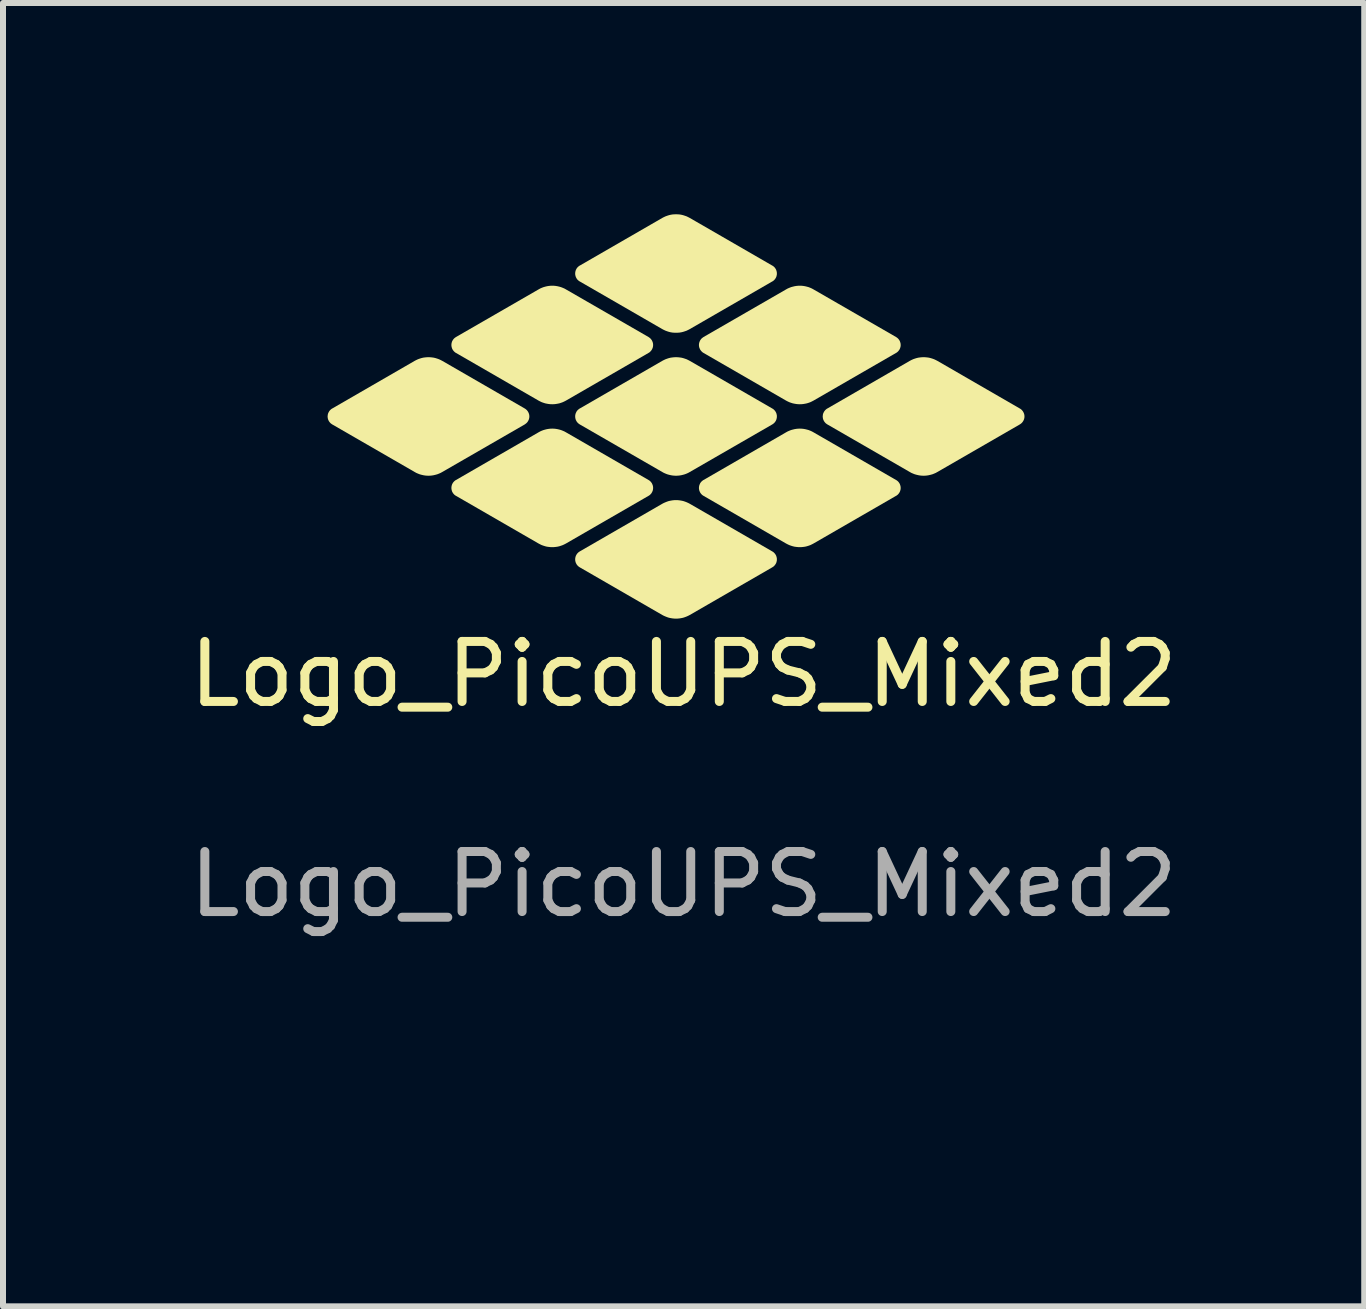
<source format=kicad_pcb>
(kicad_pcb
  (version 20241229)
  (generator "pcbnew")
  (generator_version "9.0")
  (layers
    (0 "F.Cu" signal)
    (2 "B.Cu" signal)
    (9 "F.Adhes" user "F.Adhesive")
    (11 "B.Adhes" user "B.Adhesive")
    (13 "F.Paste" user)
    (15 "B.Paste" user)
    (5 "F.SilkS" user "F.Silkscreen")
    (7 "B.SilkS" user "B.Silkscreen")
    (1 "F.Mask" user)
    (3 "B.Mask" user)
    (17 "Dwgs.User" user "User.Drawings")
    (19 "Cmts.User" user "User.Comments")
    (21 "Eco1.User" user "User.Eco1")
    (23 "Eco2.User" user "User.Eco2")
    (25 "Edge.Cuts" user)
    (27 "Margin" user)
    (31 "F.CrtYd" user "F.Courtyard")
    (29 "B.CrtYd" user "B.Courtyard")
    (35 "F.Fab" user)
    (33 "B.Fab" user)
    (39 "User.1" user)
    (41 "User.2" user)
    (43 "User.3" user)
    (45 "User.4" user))
  (footprint "Logo_PicoUPS_Mixed2"
    (layer "F.Cu")
    (at 8.339 8.182)
    (property "Reference" "Logo_PicoUPS_Mixed2" (at 0 0 0) (unlocked yes) (layer "F.SilkS") (effects (font (size 1 1) (thickness 0.15))))
    (fp_line (start -7 -3.5) (end -6.997 -3.592) (stroke (width 0.265) (type solid)) (layer "F.Mask"))
    (fp_line (start -7 2.85) (end -7 -3.5) (stroke (width 0.265) (type solid)) (layer "F.Mask"))
    (fp_line (start -6.999 2.896) (end -7 2.85) (stroke (width 0.265) (type solid)) (layer "F.Mask"))
    (fp_line (start -6.997 -3.592) (end -6.988 -3.682) (stroke (width 0.265) (type solid)) (layer "F.Mask"))
    (fp_line (start -6.997 2.942) (end -6.999 2.896) (stroke (width 0.265) (type solid)) (layer "F.Mask"))
    (fp_line (start -6.993 2.987) (end -6.997 2.942) (stroke (width 0.265) (type solid)) (layer "F.Mask"))
    (fp_line (start -6.988 -3.682) (end -6.973 -3.771) (stroke (width 0.265) (type solid)) (layer "F.Mask"))
    (fp_line (start -6.988 3.032) (end -6.993 2.987) (stroke (width 0.265) (type solid)) (layer "F.Mask"))
    (fp_line (start -6.981 3.077) (end -6.988 3.032) (stroke (width 0.265) (type solid)) (layer "F.Mask"))
    (fp_line (start -6.973 -3.771) (end -6.952 -3.859) (stroke (width 0.265) (type solid)) (layer "F.Mask"))
    (fp_line (start -6.973 3.121) (end -6.981 3.077) (stroke (width 0.265) (type solid)) (layer "F.Mask"))
    (fp_line (start -6.963 3.165) (end -6.973 3.121) (stroke (width 0.265) (type solid)) (layer "F.Mask"))
    (fp_line (start -6.952 -3.859) (end -6.926 -3.944) (stroke (width 0.265) (type solid)) (layer "F.Mask"))
    (fp_line (start -6.952 3.209) (end -6.963 3.165) (stroke (width 0.265) (type solid)) (layer "F.Mask"))
    (fp_line (start -6.94 3.252) (end -6.952 3.209) (stroke (width 0.265) (type solid)) (layer "F.Mask"))
    (fp_line (start -6.926 -3.944) (end -6.895 -4.028) (stroke (width 0.265) (type solid)) (layer "F.Mask"))
    (fp_line (start -6.926 3.294) (end -6.94 3.252) (stroke (width 0.265) (type solid)) (layer "F.Mask"))
    (fp_line (start -6.911 3.336) (end -6.926 3.294) (stroke (width 0.265) (type solid)) (layer "F.Mask"))
    (fp_line (start -6.895 -4.028) (end -6.858 -4.109) (stroke (width 0.265) (type solid)) (layer "F.Mask"))
    (fp_line (start -6.895 3.378) (end -6.911 3.336) (stroke (width 0.265) (type solid)) (layer "F.Mask"))
    (fp_line (start -6.877 3.419) (end -6.895 3.378) (stroke (width 0.265) (type solid)) (layer "F.Mask"))
    (fp_line (start -6.858 -4.109) (end -6.816 -4.187) (stroke (width 0.265) (type solid)) (layer "F.Mask"))
    (fp_line (start -6.858 3.459) (end -6.877 3.419) (stroke (width 0.265) (type solid)) (layer "F.Mask"))
    (fp_line (start -6.837 3.499) (end -6.858 3.459) (stroke (width 0.265) (type solid)) (layer "F.Mask"))
    (fp_line (start -6.816 -4.187) (end -6.769 -4.263) (stroke (width 0.265) (type solid)) (layer "F.Mask"))
    (fp_line (start -6.816 3.537) (end -6.837 3.499) (stroke (width 0.265) (type solid)) (layer "F.Mask"))
    (fp_line (start -6.793 3.576) (end -6.816 3.537) (stroke (width 0.265) (type solid)) (layer "F.Mask"))
    (fp_line (start -6.769 -4.263) (end -6.717 -4.335) (stroke (width 0.265) (type solid)) (layer "F.Mask"))
    (fp_line (start -6.769 3.613) (end -6.793 3.576) (stroke (width 0.265) (type solid)) (layer "F.Mask"))
    (fp_line (start -6.744 3.65) (end -6.769 3.613) (stroke (width 0.265) (type solid)) (layer "F.Mask"))
    (fp_line (start -6.717 -4.335) (end -6.661 -4.405) (stroke (width 0.265) (type solid)) (layer "F.Mask"))
    (fp_line (start -6.717 3.685) (end -6.744 3.65) (stroke (width 0.265) (type solid)) (layer "F.Mask"))
    (fp_line (start -6.689 3.72) (end -6.717 3.685) (stroke (width 0.265) (type solid)) (layer "F.Mask"))
    (fp_line (start -6.661 -4.405) (end -6.599 -4.47) (stroke (width 0.265) (type solid)) (layer "F.Mask"))
    (fp_line (start -6.661 3.755) (end -6.689 3.72) (stroke (width 0.265) (type solid)) (layer "F.Mask"))
    (fp_line (start -6.631 3.788) (end -6.661 3.755) (stroke (width 0.265) (type solid)) (layer "F.Mask"))
    (fp_line (start -6.599 -4.47) (end -6.534 -4.532) (stroke (width 0.265) (type solid)) (layer "F.Mask"))
    (fp_line (start -6.599 3.82) (end -6.631 3.788) (stroke (width 0.265) (type solid)) (layer "F.Mask"))
    (fp_line (start -6.567 3.851) (end -6.599 3.82) (stroke (width 0.265) (type solid)) (layer "F.Mask"))
    (fp_line (start -6.534 -4.532) (end -6.464 -4.589) (stroke (width 0.265) (type solid)) (layer "F.Mask"))
    (fp_line (start -6.534 3.882) (end -6.567 3.851) (stroke (width 0.265) (type solid)) (layer "F.Mask"))
    (fp_line (start -6.5 3.911) (end -6.534 3.882) (stroke (width 0.265) (type solid)) (layer "F.Mask"))
    (fp_line (start -6.464 -4.589) (end -6.39 -4.642) (stroke (width 0.265) (type solid)) (layer "F.Mask"))
    (fp_line (start -6.464 3.939) (end -6.5 3.911) (stroke (width 0.265) (type solid)) (layer "F.Mask"))
    (fp_line (start -6.428 3.966) (end -6.464 3.939) (stroke (width 0.265) (type solid)) (layer "F.Mask"))
    (fp_line (start -6.39 -4.642) (end -6.313 -4.691) (stroke (width 0.265) (type solid)) (layer "F.Mask"))
    (fp_line (start -6.39 3.992) (end -6.428 3.966) (stroke (width 0.265) (type solid)) (layer "F.Mask"))
    (fp_line (start -6.352 4.017) (end -6.39 3.992) (stroke (width 0.265) (type solid)) (layer "F.Mask"))
    (fp_line (start -6.313 -4.691) (end -0.813 -7.866) (stroke (width 0.265) (type solid)) (layer "F.Mask"))
    (fp_line (start -6.313 4.041) (end -6.352 4.017) (stroke (width 0.265) (type solid)) (layer "F.Mask"))
    (fp_line (start -0.813 -7.866) (end -0.732 -7.909) (stroke (width 0.265) (type solid)) (layer "F.Mask"))
    (fp_line (start -0.813 7.216) (end -6.313 4.041) (stroke (width 0.265) (type solid)) (layer "F.Mask"))
    (fp_line (start -0.732 -7.909) (end -0.65 -7.946) (stroke (width 0.265) (type solid)) (layer "F.Mask"))
    (fp_line (start -0.732 7.259) (end -0.813 7.216) (stroke (width 0.265) (type solid)) (layer "F.Mask"))
    (fp_line (start -0.65 -7.946) (end -0.565 -7.978) (stroke (width 0.265) (type solid)) (layer "F.Mask"))
    (fp_line (start -0.65 7.296) (end -0.732 7.259) (stroke (width 0.265) (type solid)) (layer "F.Mask"))
    (fp_line (start -0.565 -7.978) (end -0.479 -8.004) (stroke (width 0.265) (type solid)) (layer "F.Mask"))
    (fp_line (start -0.565 7.328) (end -0.65 7.296) (stroke (width 0.265) (type solid)) (layer "F.Mask"))
    (fp_line (start -0.479 -8.004) (end -0.392 -8.024) (stroke (width 0.265) (type solid)) (layer "F.Mask"))
    (fp_line (start -0.479 7.354) (end -0.565 7.328) (stroke (width 0.265) (type solid)) (layer "F.Mask"))
    (fp_line (start -0.392 -8.024) (end -0.304 -8.038) (stroke (width 0.265) (type solid)) (layer "F.Mask"))
    (fp_line (start -0.392 7.374) (end -0.479 7.354) (stroke (width 0.265) (type solid)) (layer "F.Mask"))
    (fp_line (start -0.304 -8.038) (end -0.215 -8.047) (stroke (width 0.265) (type solid)) (layer "F.Mask"))
    (fp_line (start -0.304 7.388) (end -0.392 7.374) (stroke (width 0.265) (type solid)) (layer "F.Mask"))
    (fp_line (start -0.215 -8.047) (end -0.126 -8.05) (stroke (width 0.265) (type solid)) (layer "F.Mask"))
    (fp_line (start -0.215 7.397) (end -0.304 7.388) (stroke (width 0.265) (type solid)) (layer "F.Mask"))
    (fp_line (start -0.126 -8.05) (end -0.037 -8.047) (stroke (width 0.265) (type solid)) (layer "F.Mask"))
    (fp_line (start -0.126 7.4) (end -0.215 7.397) (stroke (width 0.265) (type solid)) (layer "F.Mask"))
    (fp_line (start -0.037 -8.047) (end 0.052 -8.038) (stroke (width 0.265) (type solid)) (layer "F.Mask"))
    (fp_line (start -0.037 7.397) (end -0.126 7.4) (stroke (width 0.265) (type solid)) (layer "F.Mask"))
    (fp_line (start 0.052 -8.038) (end 0.14 -8.024) (stroke (width 0.265) (type solid)) (layer "F.Mask"))
    (fp_line (start 0.052 7.388) (end -0.037 7.397) (stroke (width 0.265) (type solid)) (layer "F.Mask"))
    (fp_line (start 0.14 -8.024) (end 0.227 -8.004) (stroke (width 0.265) (type solid)) (layer "F.Mask"))
    (fp_line (start 0.14 7.374) (end 0.052 7.388) (stroke (width 0.265) (type solid)) (layer "F.Mask"))
    (fp_line (start 0.227 -8.004) (end 0.313 -7.978) (stroke (width 0.265) (type solid)) (layer "F.Mask"))
    (fp_line (start 0.227 7.354) (end 0.14 7.374) (stroke (width 0.265) (type solid)) (layer "F.Mask"))
    (fp_line (start 0.313 -7.978) (end 0.398 -7.946) (stroke (width 0.265) (type solid)) (layer "F.Mask"))
    (fp_line (start 0.313 7.328) (end 0.227 7.354) (stroke (width 0.265) (type solid)) (layer "F.Mask"))
    (fp_line (start 0.398 -7.946) (end 0.481 -7.909) (stroke (width 0.265) (type solid)) (layer "F.Mask"))
    (fp_line (start 0.398 7.296) (end 0.313 7.328) (stroke (width 0.265) (type solid)) (layer "F.Mask"))
    (fp_line (start 0.481 -7.909) (end 0.561 -7.866) (stroke (width 0.265) (type solid)) (layer "F.Mask"))
    (fp_line (start 0.481 7.259) (end 0.398 7.296) (stroke (width 0.265) (type solid)) (layer "F.Mask"))
    (fp_line (start 0.561 -7.866) (end 6.061 -4.691) (stroke (width 0.265) (type solid)) (layer "F.Mask"))
    (fp_line (start 0.561 7.216) (end 0.481 7.259) (stroke (width 0.265) (type solid)) (layer "F.Mask"))
    (fp_line (start 6.061 -4.691) (end 6.1 -4.667) (stroke (width 0.265) (type solid)) (layer "F.Mask"))
    (fp_line (start 6.061 4.041) (end 0.561 7.216) (stroke (width 0.265) (type solid)) (layer "F.Mask"))
    (fp_line (start 6.1 -4.667) (end 6.139 -4.642) (stroke (width 0.265) (type solid)) (layer "F.Mask"))
    (fp_line (start 6.139 -4.642) (end 6.176 -4.616) (stroke (width 0.265) (type solid)) (layer "F.Mask"))
    (fp_line (start 6.139 3.992) (end 6.061 4.041) (stroke (width 0.265) (type solid)) (layer "F.Mask"))
    (fp_line (start 6.176 -4.616) (end 6.212 -4.589) (stroke (width 0.265) (type solid)) (layer "F.Mask"))
    (fp_line (start 6.212 -4.589) (end 6.248 -4.561) (stroke (width 0.265) (type solid)) (layer "F.Mask"))
    (fp_line (start 6.212 3.939) (end 6.139 3.992) (stroke (width 0.265) (type solid)) (layer "F.Mask"))
    (fp_line (start 6.248 -4.561) (end 6.282 -4.532) (stroke (width 0.265) (type solid)) (layer "F.Mask"))
    (fp_line (start 6.282 -4.532) (end 6.315 -4.501) (stroke (width 0.265) (type solid)) (layer "F.Mask"))
    (fp_line (start 6.282 3.882) (end 6.212 3.939) (stroke (width 0.265) (type solid)) (layer "F.Mask"))
    (fp_line (start 6.315 -4.501) (end 6.348 -4.47) (stroke (width 0.265) (type solid)) (layer "F.Mask"))
    (fp_line (start 6.348 -4.47) (end 6.379 -4.438) (stroke (width 0.265) (type solid)) (layer "F.Mask"))
    (fp_line (start 6.348 3.82) (end 6.282 3.882) (stroke (width 0.265) (type solid)) (layer "F.Mask"))
    (fp_line (start 6.379 -4.438) (end 6.409 -4.405) (stroke (width 0.265) (type solid)) (layer "F.Mask"))
    (fp_line (start 6.409 -4.405) (end 6.437 -4.37) (stroke (width 0.265) (type solid)) (layer "F.Mask"))
    (fp_line (start 6.409 3.755) (end 6.348 3.82) (stroke (width 0.265) (type solid)) (layer "F.Mask"))
    (fp_line (start 6.437 -4.37) (end 6.465 -4.335) (stroke (width 0.265) (type solid)) (layer "F.Mask"))
    (fp_line (start 6.465 -4.335) (end 6.492 -4.3) (stroke (width 0.265) (type solid)) (layer "F.Mask"))
    (fp_line (start 6.465 3.685) (end 6.409 3.755) (stroke (width 0.265) (type solid)) (layer "F.Mask"))
    (fp_line (start 6.492 -4.3) (end 6.517 -4.263) (stroke (width 0.265) (type solid)) (layer "F.Mask"))
    (fp_line (start 6.517 -4.263) (end 6.541 -4.226) (stroke (width 0.265) (type solid)) (layer "F.Mask"))
    (fp_line (start 6.517 3.613) (end 6.465 3.685) (stroke (width 0.265) (type solid)) (layer "F.Mask"))
    (fp_line (start 6.541 -4.226) (end 6.564 -4.187) (stroke (width 0.265) (type solid)) (layer "F.Mask"))
    (fp_line (start 6.564 -4.187) (end 6.586 -4.149) (stroke (width 0.265) (type solid)) (layer "F.Mask"))
    (fp_line (start 6.564 3.537) (end 6.517 3.613) (stroke (width 0.265) (type solid)) (layer "F.Mask"))
    (fp_line (start 6.586 -4.149) (end 6.606 -4.109) (stroke (width 0.265) (type solid)) (layer "F.Mask"))
    (fp_line (start 6.606 -4.109) (end 6.625 -4.069) (stroke (width 0.265) (type solid)) (layer "F.Mask"))
    (fp_line (start 6.606 3.459) (end 6.564 3.537) (stroke (width 0.265) (type solid)) (layer "F.Mask"))
    (fp_line (start 6.625 -4.069) (end 6.643 -4.028) (stroke (width 0.265) (type solid)) (layer "F.Mask"))
    (fp_line (start 6.643 -4.028) (end 6.659 -3.986) (stroke (width 0.265) (type solid)) (layer "F.Mask"))
    (fp_line (start 6.643 3.378) (end 6.606 3.459) (stroke (width 0.265) (type solid)) (layer "F.Mask"))
    (fp_line (start 6.659 -3.986) (end 6.674 -3.944) (stroke (width 0.265) (type solid)) (layer "F.Mask"))
    (fp_line (start 6.674 -3.944) (end 6.688 -3.902) (stroke (width 0.265) (type solid)) (layer "F.Mask"))
    (fp_line (start 6.674 3.294) (end 6.643 3.378) (stroke (width 0.265) (type solid)) (layer "F.Mask"))
    (fp_line (start 6.688 -3.902) (end 6.701 -3.859) (stroke (width 0.265) (type solid)) (layer "F.Mask"))
    (fp_line (start 6.701 -3.859) (end 6.712 -3.815) (stroke (width 0.265) (type solid)) (layer "F.Mask"))
    (fp_line (start 6.701 3.209) (end 6.674 3.294) (stroke (width 0.265) (type solid)) (layer "F.Mask"))
    (fp_line (start 6.712 -3.815) (end 6.721 -3.771) (stroke (width 0.265) (type solid)) (layer "F.Mask"))
    (fp_line (start 6.721 -3.771) (end 6.729 -3.727) (stroke (width 0.265) (type solid)) (layer "F.Mask"))
    (fp_line (start 6.721 3.121) (end 6.701 3.209) (stroke (width 0.265) (type solid)) (layer "F.Mask"))
    (fp_line (start 6.729 -3.727) (end 6.736 -3.682) (stroke (width 0.265) (type solid)) (layer "F.Mask"))
    (fp_line (start 6.736 -3.682) (end 6.741 -3.637) (stroke (width 0.265) (type solid)) (layer "F.Mask"))
    (fp_line (start 6.736 3.032) (end 6.721 3.121) (stroke (width 0.265) (type solid)) (layer "F.Mask"))
    (fp_line (start 6.741 -3.637) (end 6.745 -3.592) (stroke (width 0.265) (type solid)) (layer "F.Mask"))
    (fp_line (start 6.745 -3.592) (end 6.747 -3.546) (stroke (width 0.265) (type solid)) (layer "F.Mask"))
    (fp_line (start 6.745 2.942) (end 6.736 3.032) (stroke (width 0.265) (type solid)) (layer "F.Mask"))
    (fp_line (start 6.747 -3.546) (end 6.748 -3.5) (stroke (width 0.265) (type solid)) (layer "F.Mask"))
    (fp_line (start 6.748 -3.5) (end 6.748 2.85) (stroke (width 0.265) (type solid)) (layer "F.Mask"))
    (fp_line (start 6.748 2.85) (end 6.745 2.942) (stroke (width 0.265) (type solid)) (layer "F.Mask"))
    (fp_poly (pts (xy -5.157 1.792) (xy -5.15 1.797) (xy -5.142 1.802) (xy -5.135 1.807) (xy -5.127 1.813) (xy -5.12 1.819) (xy -5.112 1.825) (xy -5.105 1.832) (xy -5.097 1.839) (xy -5.09 1.847) (xy -5.083 1.855) (xy -5.075 1.863) (xy -5.068 1.872) (xy -5.061 1.881) (xy -5.054 1.891) (xy -5.046 1.901) (xy -5.039 1.911) (xy -5.025 1.932) (xy -5.012 1.953) (xy -4.999 1.974) (xy -4.987 1.997) (xy -4.975 2.02) (xy -4.964 2.044) (xy -4.954 2.068) (xy -4.944 2.093) (xy -4.94 2.106) (xy -4.935 2.118) (xy -4.931 2.131) (xy -4.928 2.143) (xy -4.924 2.155) (xy -4.921 2.168) (xy -4.918 2.18) (xy -4.916 2.192) (xy -4.913 2.204) (xy -4.911 2.216) (xy -4.91 2.228) (xy -4.908 2.24) (xy -4.907 2.251) (xy -4.907 2.263) (xy -4.906 2.275) (xy -4.906 2.286) (xy -4.906 2.297) (xy -4.907 2.308) (xy -4.907 2.319) (xy -4.908 2.329) (xy -4.91 2.339) (xy -4.911 2.349) (xy -4.913 2.359) (xy -4.916 2.368) (xy -4.918 2.377) (xy -4.921 2.386) (xy -4.924 2.395) (xy -4.928 2.404) (xy -4.931 2.412) (xy -4.935 2.42) (xy -4.94 2.428) (xy -4.944 2.436) (xy -4.949 2.443) (xy -4.954 2.449) (xy -4.959 2.456) (xy -4.964 2.462) (xy -4.97 2.468) (xy -4.975 2.473) (xy -4.981 2.478) (xy -4.987 2.483) (xy -4.993 2.488) (xy -4.999 2.492) (xy -5.005 2.496) (xy -5.012 2.5) (xy -5.019 2.503) (xy -5.025 2.506) (xy -5.032 2.509) (xy -5.039 2.511) (xy -5.046 2.513) (xy -5.054 2.515) (xy -5.061 2.516) (xy -5.068 2.517) (xy -5.075 2.517) (xy -5.083 2.517) (xy -5.09 2.516) (xy -5.097 2.516) (xy -5.105 2.514) (xy -5.112 2.513) (xy -5.12 2.511) (xy -5.127 2.508) (xy -5.135 2.505) (xy -5.142 2.502) (xy -5.15 2.498) (xy -5.157 2.494) (xy -5.71 2.175) (xy -5.71 1.473)) (stroke (width 0) (type solid)) (fill yes) (layer "F.Mask"))
    (fp_poly (pts (xy -6.06 -3.164) (xy -6.036 -3.162) (xy -6.024 -3.161) (xy -6.012 -3.159) (xy -6 -3.157) (xy -5.988 -3.155) (xy -5.976 -3.152) (xy -5.965 -3.149) (xy -5.953 -3.146) (xy -5.942 -3.142) (xy -5.931 -3.138) (xy -5.919 -3.134) (xy -5.908 -3.13) (xy -5.897 -3.125) (xy -5.886 -3.12) (xy -5.875 -3.115) (xy -5.865 -3.109) (xy -5.854 -3.103) (xy -1.272 -0.457) (xy -1.194 -0.409) (xy -1.12 -0.356) (xy -1.05 -0.298) (xy -0.985 -0.237) (xy -0.924 -0.171) (xy -0.867 -0.102) (xy -0.815 -0.03) (xy -0.768 0.046) (xy -0.726 0.124) (xy -0.69 0.205) (xy -0.658 0.289) (xy -0.632 0.375) (xy -0.611 0.462) (xy -0.596 0.551) (xy -0.587 0.642) (xy -0.584 0.733) (xy -0.584 6.025) (xy -0.585 6.04) (xy -0.585 6.056) (xy -0.587 6.071) (xy -0.588 6.086) (xy -0.591 6.101) (xy -0.593 6.115) (xy -0.596 6.13) (xy -0.6 6.145) (xy -0.604 6.159) (xy -0.609 6.173) (xy -0.614 6.187) (xy -0.619 6.201) (xy -0.625 6.215) (xy -0.632 6.228) (xy -0.638 6.241) (xy -0.646 6.254) (xy -0.653 6.267) (xy -0.661 6.279) (xy -0.67 6.291) (xy -0.679 6.303) (xy -0.688 6.315) (xy -0.697 6.326) (xy -0.707 6.338) (xy -0.718 6.348) (xy -0.729 6.359) (xy -0.74 6.369) (xy -0.751 6.379) (xy -0.763 6.388) (xy -0.775 6.397) (xy -0.787 6.406) (xy -0.8 6.414) (xy -0.813 6.422) (xy -0.84 6.436) (xy -0.868 6.449) (xy -0.896 6.459) (xy -0.925 6.468) (xy -0.954 6.475) (xy -0.983 6.479) (xy -1.013 6.482) (xy -1.042 6.483) (xy -1.072 6.482) (xy -1.102 6.479) (xy -1.131 6.475) (xy -1.16 6.468) (xy -1.189 6.459) (xy -1.217 6.449) (xy -1.245 6.436) (xy -1.272 6.422) (xy -5.466 4) (xy -4.214 4) (xy -4.214 4.011) (xy -4.213 4.021) (xy -4.212 4.031) (xy -4.211 4.042) (xy -4.209 4.053) (xy -4.206 4.063) (xy -4.204 4.074) (xy -4.2 4.084) (xy -4.197 4.095) (xy -4.193 4.106) (xy -4.188 4.117) (xy -4.183 4.128) (xy -4.178 4.138) (xy -4.172 4.149) (xy -4.166 4.16) (xy -4.16 4.171) (xy -4.153 4.182) (xy -4.146 4.192) (xy -4.139 4.202) (xy -4.131 4.212) (xy -4.123 4.221) (xy -4.115 4.23) (xy -4.107 4.239) (xy -4.099 4.247) (xy -4.09 4.255) (xy -4.081 4.263) (xy -4.072 4.271) (xy -4.063 4.278) (xy -4.053 4.285) (xy -4.044 4.292) (xy -4.034 4.298) (xy -4.023 4.304) (xy -4.013 4.31) (xy -4.003 4.315) (xy -3.993 4.32) (xy -3.984 4.324) (xy -3.975 4.327) (xy -3.965 4.33) (xy -3.957 4.332) (xy -3.948 4.334) (xy -3.94 4.335) (xy -3.931 4.336) (xy -3.923 4.336) (xy -3.916 4.336) (xy -3.908 4.335) (xy -3.901 4.334) (xy -3.894 4.332) (xy -3.887 4.329) (xy -3.88 4.326) (xy -3.874 4.322) (xy -3.869 4.317) (xy -3.863 4.312) (xy -3.858 4.307) (xy -3.854 4.302) (xy -3.85 4.295) (xy -3.846 4.289) (xy -3.843 4.282) (xy -3.84 4.274) (xy -3.838 4.267) (xy -3.836 4.258) (xy -3.835 4.249) (xy -3.834 4.24) (xy -3.833 4.231) (xy -3.833 4.22) (xy -3.833 2.909) (xy -3.833 2.899) (xy -3.834 2.888) (xy -3.835 2.878) (xy -3.836 2.868) (xy -3.838 2.857) (xy -3.84 2.847) (xy -3.843 2.836) (xy -3.846 2.826) (xy -3.85 2.815) (xy -3.854 2.805) (xy -3.858 2.794) (xy -3.863 2.784) (xy -3.869 2.773) (xy -3.874 2.763) (xy -3.88 2.752) (xy -3.887 2.741) (xy -3.894 2.731) (xy -3.901 2.72) (xy -3.908 2.71) (xy -3.916 2.7) (xy -3.923 2.69) (xy -3.931 2.681) (xy -3.94 2.672) (xy -3.948 2.663) (xy -3.957 2.655) (xy -3.965 2.647) (xy -3.975 2.639) (xy -3.984 2.632) (xy -3.993 2.625) (xy -4.003 2.618) (xy -4.013 2.612) (xy -4.023 2.606) (xy -4.034 2.6) (xy -4.039 2.597) (xy -4.044 2.595) (xy -4.048 2.592) (xy -4.053 2.59) (xy -4.058 2.588) (xy -4.063 2.586) (xy -4.068 2.584) (xy -4.072 2.583) (xy -4.077 2.581) (xy -4.081 2.58) (xy -4.086 2.579) (xy -4.09 2.578) (xy -4.095 2.577) (xy -4.099 2.576) (xy -4.103 2.576) (xy -4.107 2.575) (xy -4.111 2.575) (xy -4.115 2.575) (xy -4.119 2.575) (xy -4.123 2.575) (xy -4.127 2.575) (xy -4.131 2.575) (xy -4.135 2.576) (xy -4.139 2.577) (xy -4.142 2.578) (xy -4.146 2.578) (xy -4.149 2.58) (xy -4.153 2.581) (xy -4.156 2.582) (xy -4.16 2.584) (xy -4.166 2.587) (xy -4.172 2.59) (xy -4.178 2.594) (xy -4.183 2.599) (xy -4.188 2.604) (xy -4.193 2.609) (xy -4.197 2.615) (xy -4.2 2.621) (xy -4.204 2.628) (xy -4.206 2.635) (xy -4.209 2.643) (xy -4.211 2.651) (xy -4.212 2.66) (xy -4.213 2.669) (xy -4.214 2.679) (xy -4.214 2.689) (xy -4.214 4) (xy -5.466 4) (xy -5.854 3.776) (xy -5.932 3.728) (xy -6.006 3.675) (xy -6.076 3.617) (xy -6.141 3.555) (xy -6.202 3.49) (xy -6.259 3.421) (xy -6.31 3.348) (xy -6.357 3.273) (xy -6.399 3.194) (xy -6.436 3.113) (xy -6.468 3.03) (xy -6.494 2.944) (xy -6.498 2.926) (xy -6.074 2.926) (xy -6.074 2.936) (xy -6.074 2.947) (xy -6.073 2.957) (xy -6.071 2.967) (xy -6.069 2.978) (xy -6.067 2.988) (xy -6.065 2.999) (xy -6.062 3.009) (xy -6.058 3.02) (xy -6.055 3.031) (xy -6.051 3.041) (xy -6.046 3.052) (xy -6.041 3.063) (xy -6.036 3.073) (xy -6.03 3.084) (xy -6.024 3.095) (xy -6.017 3.105) (xy -6.011 3.115) (xy -6.004 3.125) (xy -5.997 3.134) (xy -5.989 3.143) (xy -5.982 3.152) (xy -5.974 3.161) (xy -5.966 3.169) (xy -5.958 3.177) (xy -5.949 3.184) (xy -5.94 3.192) (xy -5.931 3.199) (xy -5.922 3.206) (xy -5.913 3.212) (xy -5.903 3.218) (xy -5.894 3.224) (xy -5.883 3.23) (xy -5.873 3.235) (xy -5.864 3.239) (xy -5.854 3.243) (xy -5.845 3.247) (xy -5.836 3.25) (xy -5.827 3.252) (xy -5.819 3.254) (xy -5.811 3.255) (xy -5.803 3.256) (xy -5.795 3.256) (xy -5.788 3.255) (xy -5.78 3.254) (xy -5.773 3.252) (xy -5.767 3.25) (xy -5.76 3.247) (xy -5.754 3.244) (xy -5.748 3.24) (xy -5.743 3.235) (xy -5.738 3.23) (xy -5.733 3.225) (xy -5.729 3.219) (xy -5.726 3.212) (xy -5.722 3.206) (xy -5.719 3.199) (xy -5.717 3.191) (xy -5.714 3.183) (xy -5.713 3.175) (xy -5.711 3.166) (xy -5.71 3.157) (xy -5.71 3.147) (xy -5.71 3.137) (xy -5.71 2.537) (xy -5.157 2.856) (xy -5.137 2.867) (xy -5.116 2.878) (xy -5.096 2.888) (xy -5.076 2.897) (xy -5.056 2.905) (xy -5.036 2.912) (xy -5.017 2.918) (xy -4.998 2.924) (xy -4.978 2.929) (xy -4.959 2.933) (xy -4.941 2.936) (xy -4.922 2.938) (xy -4.904 2.939) (xy -4.885 2.94) (xy -4.867 2.94) (xy -4.849 2.938) (xy -4.831 2.936) (xy -4.814 2.933) (xy -4.796 2.93) (xy -4.78 2.925) (xy -4.763 2.92) (xy -4.748 2.914) (xy -4.732 2.908) (xy -4.717 2.9) (xy -4.703 2.892) (xy -4.689 2.883) (xy -4.675 2.873) (xy -4.662 2.863) (xy -4.649 2.852) (xy -4.637 2.84) (xy -4.625 2.827) (xy -4.614 2.814) (xy -4.603 2.8) (xy -4.593 2.785) (xy -4.584 2.769) (xy -4.575 2.753) (xy -4.567 2.736) (xy -4.56 2.719) (xy -4.553 2.701) (xy -4.547 2.682) (xy -4.542 2.662) (xy -4.538 2.642) (xy -4.534 2.621) (xy -4.531 2.599) (xy -4.528 2.577) (xy -4.527 2.554) (xy -4.525 2.531) (xy -4.525 2.506) (xy -4.525 2.481) (xy -4.527 2.456) (xy -4.528 2.431) (xy -4.531 2.405) (xy -4.534 2.38) (xy -4.538 2.354) (xy -4.542 2.329) (xy -4.547 2.303) (xy -4.553 2.277) (xy -4.56 2.251) (xy -4.567 2.225) (xy -4.575 2.199) (xy -4.584 2.172) (xy -4.593 2.146) (xy -4.601 2.124) (xy -4.223 2.124) (xy -4.223 2.135) (xy -4.223 2.146) (xy -4.222 2.157) (xy -4.221 2.167) (xy -4.219 2.177) (xy -4.217 2.187) (xy -4.215 2.197) (xy -4.212 2.206) (xy -4.209 2.216) (xy -4.206 2.225) (xy -4.202 2.234) (xy -4.198 2.242) (xy -4.194 2.251) (xy -4.189 2.259) (xy -4.184 2.267) (xy -4.179 2.274) (xy -4.173 2.282) (xy -4.167 2.29) (xy -4.16 2.297) (xy -4.153 2.305) (xy -4.145 2.312) (xy -4.137 2.32) (xy -4.128 2.328) (xy -4.119 2.335) (xy -4.109 2.343) (xy -4.099 2.351) (xy -4.088 2.359) (xy -4.076 2.366) (xy -4.065 2.374) (xy -4.052 2.382) (xy -4.026 2.397) (xy -4.013 2.405) (xy -4 2.412) (xy -3.988 2.418) (xy -3.976 2.424) (xy -3.965 2.43) (xy -3.954 2.435) (xy -3.944 2.439) (xy -3.934 2.443) (xy -3.924 2.446) (xy -3.915 2.449) (xy -3.907 2.451) (xy -3.898 2.453) (xy -3.891 2.454) (xy -3.884 2.455) (xy -3.877 2.455) (xy -3.871 2.455) (xy -3.865 2.454) (xy -3.86 2.452) (xy -3.857 2.451) (xy -3.855 2.449) (xy -3.85 2.446) (xy -3.846 2.442) (xy -3.842 2.438) (xy -3.838 2.432) (xy -3.835 2.426) (xy -3.832 2.42) (xy -3.83 2.413) (xy -3.828 2.405) (xy -3.826 2.396) (xy -3.825 2.387) (xy -3.824 2.377) (xy -3.824 2.367) (xy -3.823 2.355) (xy -3.823 2.296) (xy -3.824 2.285) (xy -3.824 2.274) (xy -3.825 2.263) (xy -3.826 2.253) (xy -3.828 2.243) (xy -3.83 2.233) (xy -3.832 2.223) (xy -3.834 2.214) (xy -3.837 2.204) (xy -3.841 2.195) (xy -3.844 2.186) (xy -3.848 2.178) (xy -3.853 2.169) (xy -3.857 2.161) (xy -3.862 2.153) (xy -3.868 2.146) (xy -3.874 2.138) (xy -3.88 2.13) (xy -3.887 2.123) (xy -3.894 2.115) (xy -3.902 2.107) (xy -3.911 2.1) (xy -3.919 2.092) (xy -3.929 2.084) (xy -3.939 2.076) (xy -3.949 2.069) (xy -3.96 2.061) (xy -3.972 2.053) (xy -3.984 2.045) (xy -3.997 2.037) (xy -4.023 2.021) (xy -4.036 2.014) (xy -4.048 2.007) (xy -4.06 2.001) (xy -4.071 1.996) (xy -4.082 1.991) (xy -4.092 1.986) (xy -4.103 1.982) (xy -4.112 1.978) (xy -4.122 1.975) (xy -4.131 1.973) (xy -4.139 1.971) (xy -4.147 1.969) (xy -4.155 1.968) (xy -4.162 1.967) (xy -4.169 1.967) (xy -4.176 1.968) (xy -4.182 1.969) (xy -4.184 1.969) (xy -4.187 1.97) (xy -4.19 1.971) (xy -4.192 1.973) (xy -4.194 1.974) (xy -4.197 1.976) (xy -4.199 1.977) (xy -4.201 1.979) (xy -4.205 1.984) (xy -4.208 1.989) (xy -4.211 1.994) (xy -4.214 2.001) (xy -4.217 2.008) (xy -4.219 2.015) (xy -4.22 2.024) (xy -4.222 2.033) (xy -4.223 2.043) (xy -4.223 2.053) (xy -4.223 2.065) (xy -4.223 2.124) (xy -4.601 2.124) (xy -4.603 2.12) (xy -4.614 2.093) (xy -4.625 2.066) (xy -4.637 2.04) (xy -4.649 2.014) (xy -4.662 1.988) (xy -4.675 1.963) (xy -4.689 1.938) (xy -4.703 1.913) (xy -4.717 1.888) (xy -4.732 1.864) (xy -4.748 1.84) (xy -4.763 1.816) (xy -4.78 1.792) (xy -4.796 1.769) (xy -4.814 1.746) (xy -4.831 1.723) (xy -4.849 1.7) (xy -4.867 1.678) (xy -4.885 1.657) (xy -4.904 1.636) (xy -4.922 1.616) (xy -4.941 1.597) (xy -4.959 1.578) (xy -4.978 1.56) (xy -4.998 1.543) (xy -5.017 1.526) (xy -5.036 1.51) (xy -5.056 1.495) (xy -5.076 1.48) (xy -5.096 1.466) (xy -5.116 1.452) (xy -5.137 1.439) (xy -5.157 1.427) (xy -5.881 1.009) (xy -5.891 1.004) (xy -5.896 1.001) (xy -5.901 0.998) (xy -5.906 0.996) (xy -5.911 0.994) (xy -5.916 0.992) (xy -5.92 0.99) (xy -5.925 0.988) (xy -5.93 0.986) (xy -5.935 0.985) (xy -5.939 0.983) (xy -5.944 0.982) (xy -5.948 0.981) (xy -5.953 0.98) (xy -5.957 0.979) (xy -5.961 0.979) (xy -5.966 0.978) (xy -5.97 0.978) (xy -5.974 0.977) (xy -5.978 0.977) (xy -5.982 0.977) (xy -5.986 0.978) (xy -5.99 0.978) (xy -5.994 0.978) (xy -5.998 0.979) (xy -6.002 0.98) (xy -6.006 0.981) (xy -6.01 0.982) (xy -6.013 0.983) (xy -6.017 0.984) (xy -6.021 0.986) (xy -6.027 0.989) (xy -6.033 0.992) (xy -6.039 0.996) (xy -6.044 1.001) (xy -6.049 1.006) (xy -6.053 1.011) (xy -6.057 1.017) (xy -6.061 1.023) (xy -6.064 1.03) (xy -6.067 1.037) (xy -6.069 1.045) (xy -6.071 1.053) (xy -6.073 1.062) (xy -6.074 1.071) (xy -6.074 1.081) (xy -6.074 1.091) (xy -6.074 2.926) (xy -6.498 2.926) (xy -6.515 2.857) (xy -6.529 2.768) (xy -6.539 2.677) (xy -6.542 2.585) (xy -6.542 -2.706) (xy -6.541 -2.731) (xy -6.539 -2.755) (xy -6.536 -2.778) (xy -6.531 -2.802) (xy -6.526 -2.825) (xy -6.519 -2.848) (xy -6.511 -2.871) (xy -6.502 -2.893) (xy -6.492 -2.914) (xy -6.48 -2.935) (xy -6.468 -2.955) (xy -6.454 -2.975) (xy -6.44 -2.994) (xy -6.424 -3.012) (xy -6.408 -3.03) (xy -6.39 -3.047) (xy -6.372 -3.062) (xy -6.352 -3.077) (xy -6.333 -3.091) (xy -6.312 -3.103) (xy -6.291 -3.115) (xy -6.27 -3.125) (xy -6.248 -3.134) (xy -6.225 -3.142) (xy -6.202 -3.149) (xy -6.179 -3.154) (xy -6.156 -3.159) (xy -6.132 -3.162) (xy -6.108 -3.164) (xy -6.084 -3.165)) (stroke (width 0) (type solid)) (fill yes) (layer "F.Mask"))
    (fp_poly (pts (xy -4.221 -5.28) (xy -4.191 -5.277) (xy -4.162 -5.273) (xy -4.133 -5.266) (xy -4.104 -5.257) (xy -4.076 -5.247) (xy -4.048 -5.234) (xy -4.021 -5.22) (xy -2.646 -4.426) (xy -2.642 -4.423) (xy -2.638 -4.421) (xy -2.634 -4.418) (xy -2.63 -4.415) (xy -2.626 -4.412) (xy -2.622 -4.408) (xy -2.618 -4.405) (xy -2.615 -4.402) (xy -2.611 -4.398) (xy -2.608 -4.394) (xy -2.605 -4.39) (xy -2.601 -4.387) (xy -2.599 -4.383) (xy -2.596 -4.379) (xy -2.593 -4.374) (xy -2.591 -4.37) (xy -2.588 -4.366) (xy -2.586 -4.361) (xy -2.584 -4.357) (xy -2.582 -4.352) (xy -2.58 -4.348) (xy -2.578 -4.343) (xy -2.577 -4.338) (xy -2.575 -4.334) (xy -2.574 -4.329) (xy -2.573 -4.324) (xy -2.572 -4.319) (xy -2.571 -4.314) (xy -2.571 -4.309) (xy -2.57 -4.304) (xy -2.57 -4.299) (xy -2.57 -4.294) (xy -2.57 -4.284) (xy -2.571 -4.274) (xy -2.573 -4.264) (xy -2.575 -4.254) (xy -2.578 -4.244) (xy -2.582 -4.235) (xy -2.586 -4.226) (xy -2.591 -4.217) (xy -2.596 -4.209) (xy -2.601 -4.201) (xy -2.608 -4.193) (xy -2.615 -4.186) (xy -2.622 -4.179) (xy -2.63 -4.173) (xy -2.638 -4.167) (xy -2.646 -4.161) (xy -4.021 -3.368) (xy -4.048 -3.353) (xy -4.076 -3.341) (xy -4.104 -3.33) (xy -4.133 -3.322) (xy -4.162 -3.315) (xy -4.191 -3.31) (xy -4.221 -3.307) (xy -4.25 -3.306) (xy -4.28 -3.307) (xy -4.31 -3.31) (xy -4.339 -3.315) (xy -4.368 -3.322) (xy -4.397 -3.33) (xy -4.425 -3.341) (xy -4.453 -3.353) (xy -4.48 -3.368) (xy -5.854 -4.161) (xy -5.859 -4.164) (xy -5.863 -4.167) (xy -5.867 -4.17) (xy -5.871 -4.173) (xy -5.875 -4.176) (xy -5.879 -4.179) (xy -5.883 -4.182) (xy -5.886 -4.186) (xy -5.89 -4.19) (xy -5.893 -4.193) (xy -5.896 -4.197) (xy -5.899 -4.201) (xy -5.902 -4.205) (xy -5.905 -4.209) (xy -5.908 -4.213) (xy -5.91 -4.217) (xy -5.913 -4.222) (xy -5.915 -4.226) (xy -5.917 -4.231) (xy -5.919 -4.235) (xy -5.921 -4.24) (xy -5.923 -4.244) (xy -5.924 -4.249) (xy -5.925 -4.254) (xy -5.927 -4.259) (xy -5.928 -4.264) (xy -5.929 -4.269) (xy -5.929 -4.274) (xy -5.93 -4.279) (xy -5.93 -4.284) (xy -5.931 -4.289) (xy -5.931 -4.294) (xy -5.93 -4.304) (xy -5.929 -4.314) (xy -5.928 -4.324) (xy -5.925 -4.334) (xy -5.923 -4.343) (xy -5.919 -4.352) (xy -5.915 -4.361) (xy -5.91 -4.37) (xy -5.905 -4.379) (xy -5.899 -4.387) (xy -5.893 -4.394) (xy -5.886 -4.402) (xy -5.879 -4.408) (xy -5.871 -4.415) (xy -5.863 -4.421) (xy -5.854 -4.426) (xy -4.48 -5.22) (xy -4.453 -5.234) (xy -4.425 -5.247) (xy -4.397 -5.257) (xy -4.368 -5.266) (xy -4.339 -5.273) (xy -4.31 -5.277) (xy -4.28 -5.28) (xy -4.25 -5.281)) (stroke (width 0) (type solid)) (fill yes) (layer "F.SilkS"))
    (fp_poly (pts (xy -2.158 -6.471) (xy -2.129 -6.468) (xy -2.1 -6.463) (xy -2.07 -6.456) (xy -2.042 -6.448) (xy -2.014 -6.437) (xy -1.986 -6.425) (xy -1.959 -6.41) (xy -0.584 -5.617) (xy -0.576 -5.611) (xy -0.567 -5.605) (xy -0.56 -5.599) (xy -0.552 -5.592) (xy -0.546 -5.585) (xy -0.539 -5.577) (xy -0.534 -5.569) (xy -0.528 -5.561) (xy -0.524 -5.552) (xy -0.52 -5.543) (xy -0.516 -5.534) (xy -0.513 -5.524) (xy -0.511 -5.515) (xy -0.509 -5.505) (xy -0.508 -5.495) (xy -0.508 -5.484) (xy -0.508 -5.479) (xy -0.508 -5.474) (xy -0.509 -5.469) (xy -0.509 -5.464) (xy -0.51 -5.459) (xy -0.511 -5.454) (xy -0.512 -5.449) (xy -0.513 -5.445) (xy -0.514 -5.44) (xy -0.516 -5.435) (xy -0.518 -5.43) (xy -0.52 -5.426) (xy -0.521 -5.421) (xy -0.524 -5.417) (xy -0.526 -5.412) (xy -0.528 -5.408) (xy -0.531 -5.404) (xy -0.534 -5.4) (xy -0.536 -5.396) (xy -0.539 -5.392) (xy -0.542 -5.388) (xy -0.546 -5.384) (xy -0.549 -5.38) (xy -0.552 -5.377) (xy -0.556 -5.373) (xy -0.56 -5.37) (xy -0.563 -5.366) (xy -0.567 -5.363) (xy -0.571 -5.36) (xy -0.576 -5.357) (xy -0.58 -5.355) (xy -0.584 -5.352) (xy -1.959 -4.558) (xy -1.986 -4.544) (xy -2.014 -4.531) (xy -2.042 -4.521) (xy -2.07 -4.512) (xy -2.1 -4.506) (xy -2.129 -4.501) (xy -2.158 -4.498) (xy -2.188 -4.497) (xy -2.218 -4.498) (xy -2.247 -4.501) (xy -2.277 -4.506) (xy -2.306 -4.512) (xy -2.334 -4.521) (xy -2.363 -4.531) (xy -2.39 -4.544) (xy -2.417 -4.558) (xy -3.792 -5.352) (xy -3.801 -5.357) (xy -3.809 -5.363) (xy -3.817 -5.37) (xy -3.824 -5.377) (xy -3.831 -5.384) (xy -3.837 -5.392) (xy -3.843 -5.4) (xy -3.848 -5.408) (xy -3.853 -5.417) (xy -3.857 -5.426) (xy -3.86 -5.435) (xy -3.863 -5.445) (xy -3.865 -5.454) (xy -3.867 -5.464) (xy -3.868 -5.474) (xy -3.868 -5.484) (xy -3.868 -5.489) (xy -3.868 -5.495) (xy -3.868 -5.5) (xy -3.867 -5.505) (xy -3.866 -5.51) (xy -3.865 -5.515) (xy -3.864 -5.519) (xy -3.863 -5.524) (xy -3.862 -5.529) (xy -3.86 -5.534) (xy -3.859 -5.538) (xy -3.857 -5.543) (xy -3.855 -5.548) (xy -3.853 -5.552) (xy -3.85 -5.556) (xy -3.848 -5.561) (xy -3.845 -5.565) (xy -3.843 -5.569) (xy -3.84 -5.573) (xy -3.837 -5.577) (xy -3.834 -5.581) (xy -3.831 -5.585) (xy -3.827 -5.589) (xy -3.824 -5.592) (xy -3.82 -5.596) (xy -3.817 -5.599) (xy -3.813 -5.602) (xy -3.809 -5.605) (xy -3.805 -5.608) (xy -3.801 -5.611) (xy -3.796 -5.614) (xy -3.792 -5.617) (xy -2.417 -6.41) (xy -2.39 -6.425) (xy -2.363 -6.437) (xy -2.334 -6.448) (xy -2.306 -6.456) (xy -2.277 -6.463) (xy -2.247 -6.468) (xy -2.218 -6.471) (xy -2.188 -6.472)) (stroke (width 0) (type solid)) (fill yes) (layer "F.SilkS"))
    (fp_poly (pts (xy -2.158 -4.09) (xy -2.129 -4.087) (xy -2.1 -4.082) (xy -2.07 -4.075) (xy -2.042 -4.067) (xy -2.014 -4.056) (xy -1.986 -4.044) (xy -1.959 -4.029) (xy -0.584 -3.235) (xy -0.576 -3.23) (xy -0.567 -3.224) (xy -0.56 -3.218) (xy -0.552 -3.211) (xy -0.546 -3.204) (xy -0.539 -3.196) (xy -0.534 -3.188) (xy -0.528 -3.18) (xy -0.524 -3.171) (xy -0.52 -3.162) (xy -0.516 -3.152) (xy -0.513 -3.143) (xy -0.511 -3.133) (xy -0.509 -3.123) (xy -0.508 -3.113) (xy -0.508 -3.103) (xy -0.508 -3.098) (xy -0.508 -3.093) (xy -0.509 -3.088) (xy -0.509 -3.083) (xy -0.51 -3.078) (xy -0.511 -3.073) (xy -0.512 -3.068) (xy -0.513 -3.063) (xy -0.514 -3.058) (xy -0.516 -3.054) (xy -0.518 -3.049) (xy -0.52 -3.044) (xy -0.521 -3.04) (xy -0.524 -3.035) (xy -0.526 -3.031) (xy -0.528 -3.027) (xy -0.531 -3.023) (xy -0.534 -3.018) (xy -0.536 -3.014) (xy -0.539 -3.01) (xy -0.542 -3.006) (xy -0.546 -3.003) (xy -0.549 -2.999) (xy -0.552 -2.995) (xy -0.556 -2.992) (xy -0.56 -2.988) (xy -0.563 -2.985) (xy -0.567 -2.982) (xy -0.571 -2.979) (xy -0.576 -2.976) (xy -0.58 -2.973) (xy -0.584 -2.971) (xy -1.959 -2.177) (xy -1.986 -2.163) (xy -2.014 -2.15) (xy -2.042 -2.14) (xy -2.07 -2.131) (xy -2.1 -2.124) (xy -2.129 -2.12) (xy -2.158 -2.117) (xy -2.188 -2.116) (xy -2.218 -2.117) (xy -2.247 -2.12) (xy -2.277 -2.124) (xy -2.306 -2.131) (xy -2.334 -2.14) (xy -2.363 -2.15) (xy -2.39 -2.163) (xy -2.417 -2.177) (xy -3.792 -2.971) (xy -3.801 -2.976) (xy -3.809 -2.982) (xy -3.817 -2.988) (xy -3.824 -2.995) (xy -3.831 -3.003) (xy -3.837 -3.01) (xy -3.843 -3.018) (xy -3.848 -3.027) (xy -3.853 -3.035) (xy -3.857 -3.044) (xy -3.86 -3.054) (xy -3.863 -3.063) (xy -3.865 -3.073) (xy -3.867 -3.083) (xy -3.868 -3.093) (xy -3.868 -3.103) (xy -3.868 -3.108) (xy -3.868 -3.113) (xy -3.868 -3.118) (xy -3.867 -3.123) (xy -3.866 -3.128) (xy -3.865 -3.133) (xy -3.864 -3.138) (xy -3.863 -3.143) (xy -3.862 -3.148) (xy -3.86 -3.152) (xy -3.859 -3.157) (xy -3.857 -3.162) (xy -3.855 -3.166) (xy -3.853 -3.171) (xy -3.85 -3.175) (xy -3.848 -3.18) (xy -3.845 -3.184) (xy -3.843 -3.188) (xy -3.84 -3.192) (xy -3.837 -3.196) (xy -3.834 -3.2) (xy -3.831 -3.204) (xy -3.827 -3.207) (xy -3.824 -3.211) (xy -3.82 -3.214) (xy -3.817 -3.218) (xy -3.813 -3.221) (xy -3.809 -3.224) (xy -3.805 -3.227) (xy -3.801 -3.23) (xy -3.796 -3.233) (xy -3.792 -3.235) (xy -2.417 -4.029) (xy -2.39 -4.044) (xy -2.363 -4.056) (xy -2.334 -4.067) (xy -2.306 -4.075) (xy -2.277 -4.082) (xy -2.247 -4.087) (xy -2.218 -4.09) (xy -2.188 -4.091)) (stroke (width 0) (type solid)) (fill yes) (layer "F.SilkS"))
    (fp_poly (pts (xy -0.096 -2.899) (xy -0.067 -2.896) (xy -0.037 -2.891) (xy -0.008 -2.885) (xy 0.02 -2.876) (xy 0.049 -2.865) (xy 0.076 -2.853) (xy 0.103 -2.839) (xy 1.478 -2.045) (xy 1.487 -2.039) (xy 1.495 -2.034) (xy 1.503 -2.027) (xy 1.51 -2.02) (xy 1.517 -2.013) (xy 1.523 -2.005) (xy 1.529 -1.997) (xy 1.534 -1.989) (xy 1.539 -1.98) (xy 1.543 -1.971) (xy 1.546 -1.962) (xy 1.549 -1.952) (xy 1.551 -1.943) (xy 1.553 -1.933) (xy 1.554 -1.923) (xy 1.554 -1.913) (xy 1.554 -1.907) (xy 1.554 -1.902) (xy 1.554 -1.897) (xy 1.553 -1.892) (xy 1.552 -1.887) (xy 1.551 -1.882) (xy 1.55 -1.877) (xy 1.549 -1.873) (xy 1.548 -1.868) (xy 1.546 -1.863) (xy 1.545 -1.858) (xy 1.543 -1.854) (xy 1.541 -1.849) (xy 1.539 -1.845) (xy 1.536 -1.84) (xy 1.534 -1.836) (xy 1.531 -1.832) (xy 1.529 -1.828) (xy 1.526 -1.824) (xy 1.523 -1.82) (xy 1.52 -1.816) (xy 1.517 -1.812) (xy 1.513 -1.808) (xy 1.51 -1.805) (xy 1.506 -1.801) (xy 1.503 -1.798) (xy 1.499 -1.795) (xy 1.495 -1.791) (xy 1.491 -1.788) (xy 1.487 -1.786) (xy 1.482 -1.783) (xy 1.478 -1.78) (xy 0.103 -0.986) (xy 0.076 -0.972) (xy 0.049 -0.96) (xy 0.02 -0.949) (xy -0.008 -0.94) (xy -0.037 -0.934) (xy -0.067 -0.929) (xy -0.096 -0.926) (xy -0.126 -0.925) (xy -0.156 -0.926) (xy -0.185 -0.929) (xy -0.215 -0.934) (xy -0.244 -0.94) (xy -0.272 -0.949) (xy -0.3 -0.96) (xy -0.328 -0.972) (xy -0.355 -0.986) (xy -1.73 -1.78) (xy -1.739 -1.786) (xy -1.747 -1.791) (xy -1.754 -1.798) (xy -1.762 -1.805) (xy -1.769 -1.812) (xy -1.775 -1.82) (xy -1.781 -1.828) (xy -1.786 -1.836) (xy -1.79 -1.845) (xy -1.795 -1.854) (xy -1.798 -1.863) (xy -1.801 -1.873) (xy -1.803 -1.882) (xy -1.805 -1.892) (xy -1.806 -1.902) (xy -1.806 -1.913) (xy -1.806 -1.918) (xy -1.806 -1.923) (xy -1.805 -1.928) (xy -1.805 -1.933) (xy -1.804 -1.938) (xy -1.803 -1.943) (xy -1.802 -1.948) (xy -1.801 -1.952) (xy -1.8 -1.957) (xy -1.798 -1.962) (xy -1.796 -1.967) (xy -1.795 -1.971) (xy -1.793 -1.976) (xy -1.79 -1.98) (xy -1.788 -1.985) (xy -1.786 -1.989) (xy -1.783 -1.993) (xy -1.781 -1.997) (xy -1.778 -2.001) (xy -1.775 -2.005) (xy -1.772 -2.009) (xy -1.769 -2.013) (xy -1.765 -2.017) (xy -1.762 -2.02) (xy -1.758 -2.024) (xy -1.754 -2.027) (xy -1.751 -2.03) (xy -1.747 -2.034) (xy -1.743 -2.037) (xy -1.739 -2.039) (xy -1.734 -2.042) (xy -1.73 -2.045) (xy -0.355 -2.839) (xy -0.328 -2.853) (xy -0.3 -2.865) (xy -0.272 -2.876) (xy -0.244 -2.885) (xy -0.214 -2.891) (xy -0.185 -2.896) (xy -0.156 -2.899) (xy -0.126 -2.9)) (stroke (width 0) (type solid)) (fill yes) (layer "F.SilkS"))
    (fp_poly (pts (xy 4.028 -5.28) (xy 4.058 -5.277) (xy 4.087 -5.273) (xy 4.116 -5.266) (xy 4.145 -5.257) (xy 4.173 -5.247) (xy 4.201 -5.234) (xy 4.228 -5.22) (xy 5.602 -4.426) (xy 5.607 -4.423) (xy 5.611 -4.421) (xy 5.615 -4.418) (xy 5.619 -4.415) (xy 5.623 -4.412) (xy 5.627 -4.408) (xy 5.631 -4.405) (xy 5.634 -4.402) (xy 5.638 -4.398) (xy 5.641 -4.394) (xy 5.644 -4.39) (xy 5.647 -4.387) (xy 5.65 -4.383) (xy 5.653 -4.379) (xy 5.656 -4.374) (xy 5.658 -4.37) (xy 5.661 -4.366) (xy 5.663 -4.361) (xy 5.665 -4.357) (xy 5.667 -4.352) (xy 5.669 -4.348) (xy 5.671 -4.343) (xy 5.672 -4.338) (xy 5.674 -4.334) (xy 5.675 -4.329) (xy 5.676 -4.324) (xy 5.677 -4.319) (xy 5.678 -4.314) (xy 5.678 -4.309) (xy 5.679 -4.304) (xy 5.679 -4.299) (xy 5.679 -4.294) (xy 5.679 -4.284) (xy 5.678 -4.274) (xy 5.676 -4.264) (xy 5.674 -4.254) (xy 5.671 -4.244) (xy 5.667 -4.235) (xy 5.663 -4.226) (xy 5.658 -4.217) (xy 5.653 -4.209) (xy 5.647 -4.201) (xy 5.641 -4.193) (xy 5.634 -4.186) (xy 5.627 -4.179) (xy 5.619 -4.173) (xy 5.611 -4.167) (xy 5.602 -4.161) (xy 4.228 -3.368) (xy 4.201 -3.353) (xy 4.173 -3.341) (xy 4.145 -3.33) (xy 4.116 -3.322) (xy 4.087 -3.315) (xy 4.058 -3.31) (xy 4.028 -3.307) (xy 3.999 -3.306) (xy 3.969 -3.307) (xy 3.939 -3.31) (xy 3.91 -3.315) (xy 3.881 -3.322) (xy 3.852 -3.33) (xy 3.824 -3.341) (xy 3.796 -3.353) (xy 3.769 -3.368) (xy 2.395 -4.161) (xy 2.39 -4.164) (xy 2.386 -4.167) (xy 2.382 -4.17) (xy 2.378 -4.173) (xy 2.374 -4.176) (xy 2.37 -4.179) (xy 2.366 -4.182) (xy 2.363 -4.186) (xy 2.359 -4.19) (xy 2.356 -4.193) (xy 2.353 -4.197) (xy 2.35 -4.201) (xy 2.347 -4.205) (xy 2.344 -4.209) (xy 2.341 -4.213) (xy 2.339 -4.217) (xy 2.336 -4.222) (xy 2.334 -4.226) (xy 2.332 -4.231) (xy 2.33 -4.235) (xy 2.328 -4.24) (xy 2.326 -4.244) (xy 2.325 -4.249) (xy 2.323 -4.254) (xy 2.322 -4.259) (xy 2.321 -4.264) (xy 2.32 -4.269) (xy 2.32 -4.274) (xy 2.319 -4.279) (xy 2.319 -4.284) (xy 2.318 -4.289) (xy 2.318 -4.294) (xy 2.319 -4.304) (xy 2.32 -4.314) (xy 2.321 -4.324) (xy 2.323 -4.334) (xy 2.326 -4.343) (xy 2.33 -4.352) (xy 2.334 -4.361) (xy 2.339 -4.37) (xy 2.344 -4.379) (xy 2.35 -4.387) (xy 2.356 -4.394) (xy 2.363 -4.402) (xy 2.37 -4.408) (xy 2.378 -4.415) (xy 2.386 -4.421) (xy 2.395 -4.426) (xy 3.769 -5.22) (xy 3.796 -5.234) (xy 3.824 -5.247) (xy 3.852 -5.257) (xy 3.881 -5.266) (xy 3.91 -5.273) (xy 3.939 -5.277) (xy 3.969 -5.28) (xy 3.999 -5.281)) (stroke (width 0) (type solid)) (fill yes) (layer "F.SilkS"))
    (fp_poly (pts (xy -0.096 -5.28) (xy -0.067 -5.277) (xy -0.037 -5.273) (xy -0.008 -5.266) (xy 0.02 -5.257) (xy 0.049 -5.247) (xy 0.076 -5.234) (xy 0.103 -5.22) (xy 1.478 -4.426) (xy 1.482 -4.423) (xy 1.487 -4.421) (xy 1.491 -4.418) (xy 1.495 -4.415) (xy 1.499 -4.412) (xy 1.503 -4.408) (xy 1.506 -4.405) (xy 1.51 -4.402) (xy 1.513 -4.398) (xy 1.517 -4.394) (xy 1.52 -4.39) (xy 1.523 -4.387) (xy 1.526 -4.383) (xy 1.529 -4.379) (xy 1.531 -4.374) (xy 1.534 -4.37) (xy 1.536 -4.366) (xy 1.539 -4.361) (xy 1.541 -4.357) (xy 1.543 -4.352) (xy 1.545 -4.348) (xy 1.546 -4.343) (xy 1.548 -4.338) (xy 1.549 -4.334) (xy 1.55 -4.329) (xy 1.551 -4.324) (xy 1.552 -4.319) (xy 1.553 -4.314) (xy 1.554 -4.309) (xy 1.554 -4.304) (xy 1.554 -4.299) (xy 1.554 -4.294) (xy 1.554 -4.284) (xy 1.553 -4.274) (xy 1.551 -4.264) (xy 1.549 -4.254) (xy 1.546 -4.244) (xy 1.543 -4.235) (xy 1.539 -4.226) (xy 1.534 -4.217) (xy 1.529 -4.209) (xy 1.523 -4.201) (xy 1.517 -4.193) (xy 1.51 -4.186) (xy 1.503 -4.179) (xy 1.495 -4.173) (xy 1.487 -4.167) (xy 1.478 -4.161) (xy 0.103 -3.368) (xy 0.076 -3.353) (xy 0.049 -3.341) (xy 0.02 -3.33) (xy -0.008 -3.322) (xy -0.037 -3.315) (xy -0.067 -3.31) (xy -0.096 -3.307) (xy -0.126 -3.306) (xy -0.156 -3.307) (xy -0.185 -3.31) (xy -0.214 -3.315) (xy -0.244 -3.322) (xy -0.272 -3.33) (xy -0.3 -3.341) (xy -0.328 -3.353) (xy -0.355 -3.368) (xy -1.73 -4.161) (xy -1.734 -4.164) (xy -1.739 -4.167) (xy -1.743 -4.17) (xy -1.747 -4.173) (xy -1.751 -4.176) (xy -1.754 -4.179) (xy -1.758 -4.182) (xy -1.762 -4.186) (xy -1.765 -4.19) (xy -1.769 -4.193) (xy -1.772 -4.197) (xy -1.775 -4.201) (xy -1.778 -4.205) (xy -1.781 -4.209) (xy -1.783 -4.213) (xy -1.786 -4.217) (xy -1.788 -4.222) (xy -1.79 -4.226) (xy -1.793 -4.231) (xy -1.795 -4.235) (xy -1.796 -4.24) (xy -1.798 -4.244) (xy -1.8 -4.249) (xy -1.801 -4.254) (xy -1.802 -4.259) (xy -1.803 -4.264) (xy -1.804 -4.269) (xy -1.805 -4.274) (xy -1.805 -4.279) (xy -1.806 -4.284) (xy -1.806 -4.289) (xy -1.806 -4.294) (xy -1.806 -4.304) (xy -1.805 -4.314) (xy -1.803 -4.324) (xy -1.801 -4.334) (xy -1.798 -4.343) (xy -1.795 -4.352) (xy -1.79 -4.361) (xy -1.786 -4.37) (xy -1.781 -4.379) (xy -1.775 -4.387) (xy -1.769 -4.394) (xy -1.762 -4.402) (xy -1.754 -4.408) (xy -1.747 -4.415) (xy -1.739 -4.421) (xy -1.73 -4.426) (xy -1.73 -4.426) (xy -0.355 -5.22) (xy -0.328 -5.234) (xy -0.3 -5.247) (xy -0.272 -5.257) (xy -0.244 -5.266) (xy -0.215 -5.273) (xy -0.185 -5.277) (xy -0.156 -5.28) (xy -0.126 -5.281)) (stroke (width 0) (type solid)) (fill yes) (layer "F.SilkS"))
    (fp_poly (pts (xy -0.096 -7.661) (xy -0.067 -7.659) (xy -0.037 -7.654) (xy -0.008 -7.647) (xy 0.02 -7.638) (xy 0.049 -7.628) (xy 0.076 -7.615) (xy 0.103 -7.601) (xy 1.478 -6.807) (xy 1.487 -6.802) (xy 1.495 -6.796) (xy 1.503 -6.79) (xy 1.51 -6.783) (xy 1.517 -6.776) (xy 1.523 -6.768) (xy 1.529 -6.76) (xy 1.534 -6.751) (xy 1.539 -6.743) (xy 1.543 -6.734) (xy 1.546 -6.724) (xy 1.549 -6.715) (xy 1.551 -6.705) (xy 1.553 -6.695) (xy 1.554 -6.685) (xy 1.554 -6.675) (xy 1.554 -6.67) (xy 1.554 -6.665) (xy 1.554 -6.66) (xy 1.553 -6.655) (xy 1.552 -6.65) (xy 1.551 -6.645) (xy 1.55 -6.64) (xy 1.549 -6.635) (xy 1.548 -6.63) (xy 1.546 -6.626) (xy 1.545 -6.621) (xy 1.543 -6.616) (xy 1.541 -6.612) (xy 1.539 -6.607) (xy 1.536 -6.603) (xy 1.534 -6.599) (xy 1.531 -6.594) (xy 1.529 -6.59) (xy 1.526 -6.586) (xy 1.523 -6.582) (xy 1.52 -6.578) (xy 1.517 -6.574) (xy 1.513 -6.571) (xy 1.51 -6.567) (xy 1.506 -6.564) (xy 1.503 -6.56) (xy 1.499 -6.557) (xy 1.495 -6.554) (xy 1.491 -6.551) (xy 1.487 -6.548) (xy 1.482 -6.545) (xy 1.478 -6.543) (xy 0.103 -5.749) (xy 0.076 -5.735) (xy 0.049 -5.722) (xy 0.02 -5.712) (xy -0.008 -5.703) (xy -0.037 -5.696) (xy -0.067 -5.691) (xy -0.096 -5.689) (xy -0.126 -5.688) (xy -0.156 -5.689) (xy -0.185 -5.691) (xy -0.215 -5.696) (xy -0.244 -5.703) (xy -0.272 -5.712) (xy -0.3 -5.722) (xy -0.328 -5.735) (xy -0.355 -5.749) (xy -1.73 -6.543) (xy -1.73 -6.543) (xy -1.739 -6.548) (xy -1.747 -6.554) (xy -1.754 -6.56) (xy -1.762 -6.567) (xy -1.769 -6.574) (xy -1.775 -6.582) (xy -1.781 -6.59) (xy -1.786 -6.599) (xy -1.79 -6.607) (xy -1.795 -6.616) (xy -1.798 -6.626) (xy -1.801 -6.635) (xy -1.803 -6.645) (xy -1.805 -6.655) (xy -1.806 -6.665) (xy -1.806 -6.675) (xy -1.806 -6.68) (xy -1.806 -6.685) (xy -1.805 -6.69) (xy -1.805 -6.695) (xy -1.804 -6.7) (xy -1.803 -6.705) (xy -1.802 -6.71) (xy -1.801 -6.715) (xy -1.8 -6.72) (xy -1.798 -6.724) (xy -1.796 -6.729) (xy -1.795 -6.734) (xy -1.793 -6.738) (xy -1.79 -6.743) (xy -1.788 -6.747) (xy -1.786 -6.751) (xy -1.783 -6.756) (xy -1.781 -6.76) (xy -1.778 -6.764) (xy -1.775 -6.768) (xy -1.772 -6.772) (xy -1.769 -6.776) (xy -1.765 -6.779) (xy -1.762 -6.783) (xy -1.758 -6.786) (xy -1.754 -6.79) (xy -1.751 -6.793) (xy -1.747 -6.796) (xy -1.743 -6.799) (xy -1.739 -6.802) (xy -1.734 -6.805) (xy -1.73 -6.807) (xy -0.355 -7.601) (xy -0.328 -7.615) (xy -0.3 -7.628) (xy -0.272 -7.638) (xy -0.244 -7.647) (xy -0.214 -7.654) (xy -0.185 -7.659) (xy -0.156 -7.661) (xy -0.126 -7.662)) (stroke (width 0) (type solid)) (fill yes) (layer "F.SilkS"))
    (fp_poly (pts (xy 1.966 -6.471) (xy 1.996 -6.468) (xy 2.025 -6.463) (xy 2.054 -6.456) (xy 2.083 -6.448) (xy 2.111 -6.437) (xy 2.138 -6.425) (xy 2.165 -6.41) (xy 3.54 -5.617) (xy 3.549 -5.611) (xy 3.557 -5.605) (xy 3.565 -5.599) (xy 3.572 -5.592) (xy 3.579 -5.585) (xy 3.585 -5.577) (xy 3.591 -5.569) (xy 3.596 -5.561) (xy 3.601 -5.552) (xy 3.605 -5.543) (xy 3.608 -5.534) (xy 3.611 -5.524) (xy 3.614 -5.515) (xy 3.615 -5.505) (xy 3.616 -5.495) (xy 3.617 -5.484) (xy 3.617 -5.479) (xy 3.616 -5.474) (xy 3.616 -5.469) (xy 3.615 -5.464) (xy 3.615 -5.459) (xy 3.614 -5.454) (xy 3.613 -5.449) (xy 3.611 -5.445) (xy 3.61 -5.44) (xy 3.608 -5.435) (xy 3.607 -5.43) (xy 3.605 -5.426) (xy 3.603 -5.421) (xy 3.601 -5.417) (xy 3.599 -5.412) (xy 3.596 -5.408) (xy 3.594 -5.404) (xy 3.591 -5.4) (xy 3.588 -5.396) (xy 3.585 -5.392) (xy 3.582 -5.388) (xy 3.579 -5.384) (xy 3.576 -5.38) (xy 3.572 -5.377) (xy 3.569 -5.373) (xy 3.565 -5.37) (xy 3.561 -5.366) (xy 3.557 -5.363) (xy 3.553 -5.36) (xy 3.549 -5.357) (xy 3.545 -5.355) (xy 3.54 -5.352) (xy 2.165 -4.558) (xy 2.138 -4.544) (xy 2.111 -4.531) (xy 2.083 -4.521) (xy 2.054 -4.512) (xy 2.025 -4.506) (xy 1.996 -4.501) (xy 1.966 -4.498) (xy 1.936 -4.497) (xy 1.907 -4.498) (xy 1.877 -4.501) (xy 1.848 -4.506) (xy 1.819 -4.512) (xy 1.79 -4.521) (xy 1.762 -4.531) (xy 1.734 -4.544) (xy 1.707 -4.558) (xy 0.332 -5.352) (xy 0.324 -5.357) (xy 0.315 -5.363) (xy 0.308 -5.37) (xy 0.3 -5.377) (xy 0.294 -5.384) (xy 0.287 -5.392) (xy 0.282 -5.4) (xy 0.276 -5.408) (xy 0.272 -5.417) (xy 0.268 -5.426) (xy 0.264 -5.435) (xy 0.261 -5.445) (xy 0.259 -5.454) (xy 0.257 -5.464) (xy 0.256 -5.474) (xy 0.256 -5.484) (xy 0.256 -5.489) (xy 0.256 -5.495) (xy 0.257 -5.5) (xy 0.257 -5.505) (xy 0.258 -5.51) (xy 0.259 -5.515) (xy 0.26 -5.519) (xy 0.261 -5.524) (xy 0.263 -5.529) (xy 0.264 -5.534) (xy 0.266 -5.538) (xy 0.268 -5.543) (xy 0.27 -5.548) (xy 0.272 -5.552) (xy 0.274 -5.556) (xy 0.276 -5.561) (xy 0.279 -5.565) (xy 0.282 -5.569) (xy 0.284 -5.573) (xy 0.287 -5.577) (xy 0.29 -5.581) (xy 0.294 -5.585) (xy 0.297 -5.589) (xy 0.3 -5.592) (xy 0.304 -5.596) (xy 0.308 -5.599) (xy 0.312 -5.602) (xy 0.315 -5.605) (xy 0.32 -5.608) (xy 0.324 -5.611) (xy 0.328 -5.614) (xy 0.332 -5.617) (xy 1.707 -6.41) (xy 1.707 -6.41) (xy 1.734 -6.425) (xy 1.762 -6.437) (xy 1.79 -6.448) (xy 1.819 -6.456) (xy 1.848 -6.463) (xy 1.877 -6.468) (xy 1.907 -6.471) (xy 1.936 -6.472)) (stroke (width 0) (type solid)) (fill yes) (layer "F.SilkS"))
    (fp_poly (pts (xy 1.966 -4.09) (xy 1.996 -4.087) (xy 2.025 -4.082) (xy 2.054 -4.075) (xy 2.083 -4.067) (xy 2.111 -4.056) (xy 2.138 -4.044) (xy 2.165 -4.029) (xy 3.54 -3.235) (xy 3.54 -3.235) (xy 3.549 -3.23) (xy 3.557 -3.224) (xy 3.565 -3.218) (xy 3.572 -3.211) (xy 3.579 -3.204) (xy 3.585 -3.196) (xy 3.591 -3.188) (xy 3.596 -3.18) (xy 3.601 -3.171) (xy 3.605 -3.162) (xy 3.608 -3.152) (xy 3.611 -3.143) (xy 3.614 -3.133) (xy 3.615 -3.123) (xy 3.616 -3.113) (xy 3.617 -3.103) (xy 3.617 -3.098) (xy 3.616 -3.093) (xy 3.616 -3.088) (xy 3.615 -3.083) (xy 3.615 -3.078) (xy 3.614 -3.073) (xy 3.613 -3.068) (xy 3.611 -3.063) (xy 3.61 -3.058) (xy 3.608 -3.054) (xy 3.607 -3.049) (xy 3.605 -3.044) (xy 3.603 -3.04) (xy 3.601 -3.035) (xy 3.599 -3.031) (xy 3.596 -3.027) (xy 3.594 -3.023) (xy 3.591 -3.018) (xy 3.588 -3.014) (xy 3.585 -3.01) (xy 3.582 -3.006) (xy 3.579 -3.003) (xy 3.576 -2.999) (xy 3.572 -2.995) (xy 3.569 -2.992) (xy 3.565 -2.988) (xy 3.561 -2.985) (xy 3.557 -2.982) (xy 3.553 -2.979) (xy 3.549 -2.976) (xy 3.545 -2.973) (xy 3.54 -2.971) (xy 2.165 -2.177) (xy 2.138 -2.163) (xy 2.111 -2.15) (xy 2.083 -2.14) (xy 2.054 -2.131) (xy 2.025 -2.124) (xy 1.996 -2.12) (xy 1.966 -2.117) (xy 1.936 -2.116) (xy 1.907 -2.117) (xy 1.877 -2.12) (xy 1.848 -2.124) (xy 1.819 -2.131) (xy 1.79 -2.14) (xy 1.762 -2.15) (xy 1.734 -2.163) (xy 1.707 -2.177) (xy 0.332 -2.971) (xy 0.324 -2.976) (xy 0.315 -2.982) (xy 0.308 -2.988) (xy 0.3 -2.995) (xy 0.294 -3.003) (xy 0.287 -3.01) (xy 0.282 -3.018) (xy 0.276 -3.027) (xy 0.272 -3.035) (xy 0.268 -3.044) (xy 0.264 -3.054) (xy 0.261 -3.063) (xy 0.259 -3.073) (xy 0.257 -3.083) (xy 0.256 -3.093) (xy 0.256 -3.103) (xy 0.256 -3.108) (xy 0.256 -3.113) (xy 0.257 -3.118) (xy 0.257 -3.123) (xy 0.258 -3.128) (xy 0.259 -3.133) (xy 0.26 -3.138) (xy 0.261 -3.143) (xy 0.263 -3.148) (xy 0.264 -3.152) (xy 0.266 -3.157) (xy 0.268 -3.162) (xy 0.27 -3.166) (xy 0.272 -3.171) (xy 0.274 -3.175) (xy 0.276 -3.18) (xy 0.279 -3.184) (xy 0.282 -3.188) (xy 0.284 -3.192) (xy 0.287 -3.196) (xy 0.29 -3.2) (xy 0.294 -3.204) (xy 0.297 -3.207) (xy 0.3 -3.211) (xy 0.304 -3.214) (xy 0.308 -3.218) (xy 0.312 -3.221) (xy 0.315 -3.224) (xy 0.32 -3.227) (xy 0.324 -3.23) (xy 0.328 -3.233) (xy 0.332 -3.235) (xy 1.707 -4.029) (xy 1.734 -4.044) (xy 1.762 -4.056) (xy 1.79 -4.067) (xy 1.819 -4.075) (xy 1.848 -4.082) (xy 1.877 -4.087) (xy 1.907 -4.09) (xy 1.936 -4.091)) (stroke (width 0) (type solid)) (fill yes) (layer "F.SilkS"))
    (fp_text user "${REFERENCE}" (at 0 3.5 0) (unlocked yes) (layer "F.Fab") (effects (font (size 1 1) (thickness 0.15)))))
  (gr_rect
    (start -3 -3)
    (end 19.679 18.714)
    (stroke (width 0.1) (type default))
    (fill no)
    (layer "Edge.Cuts")))
</source>
